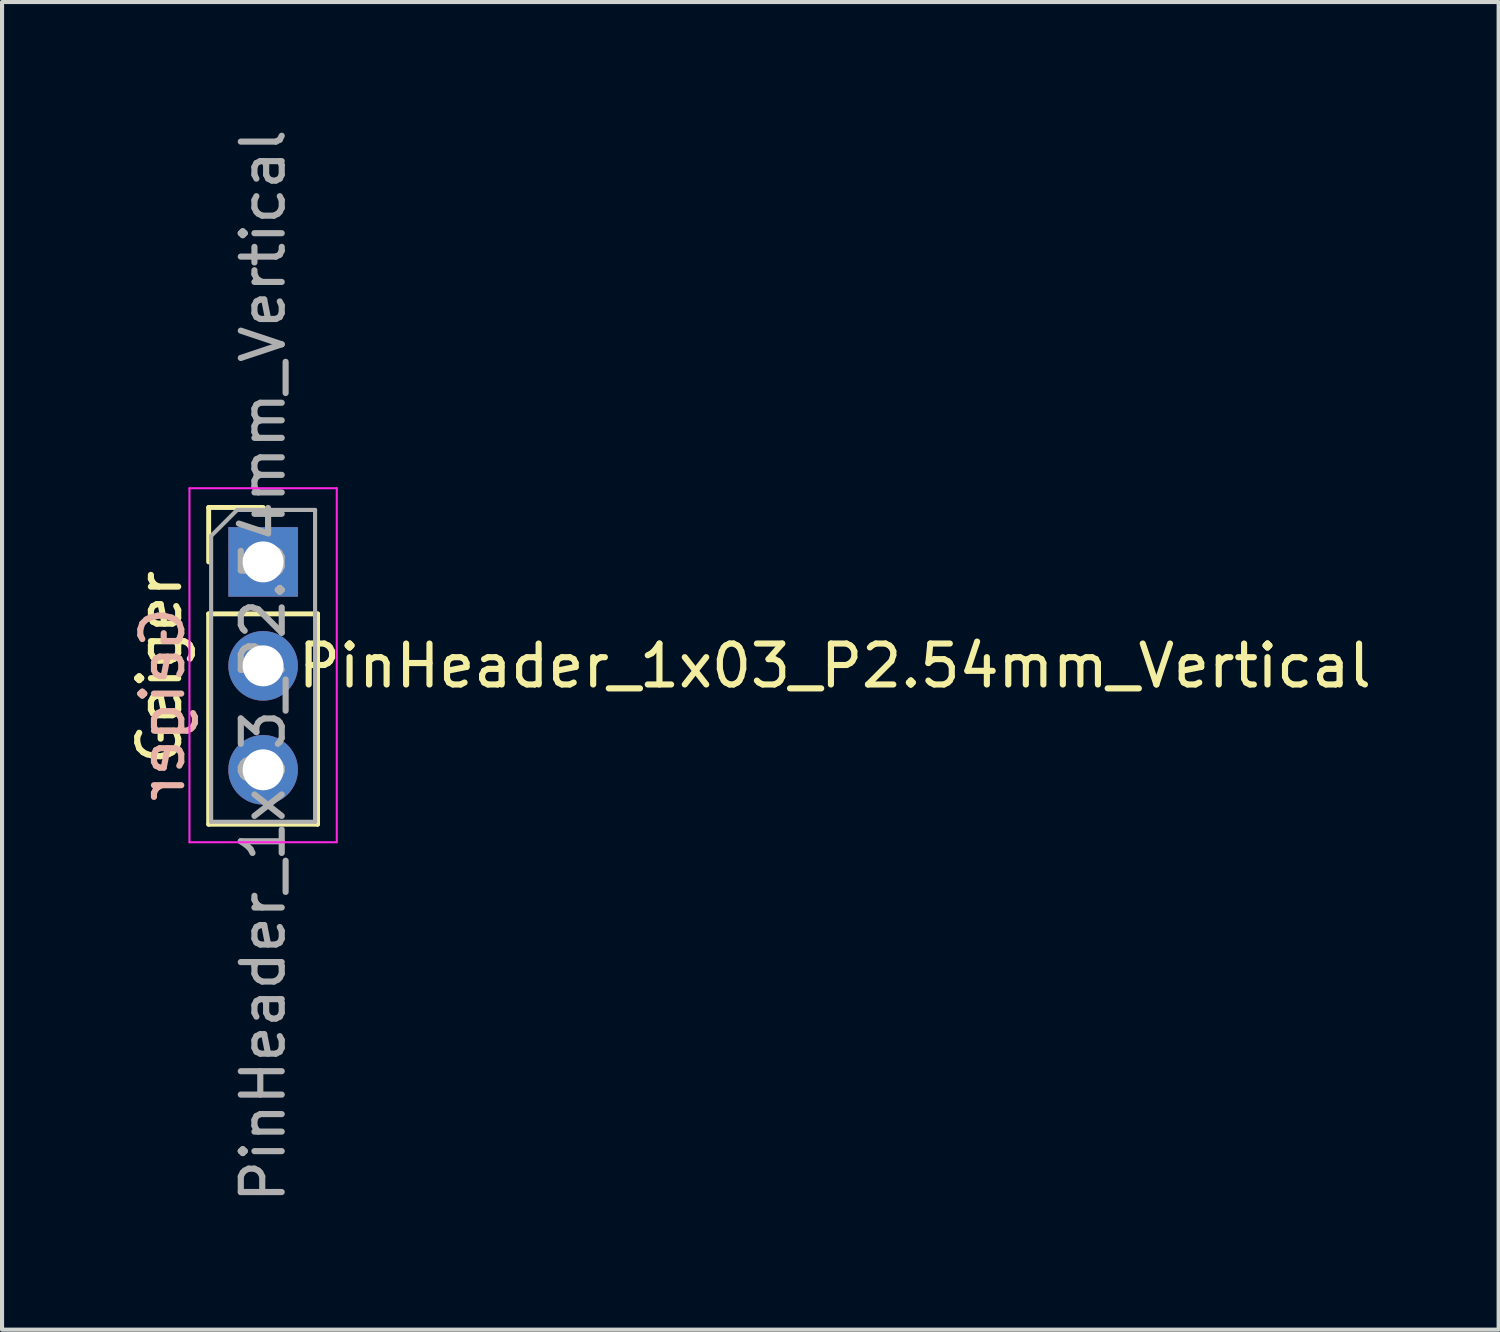
<source format=kicad_pcb>
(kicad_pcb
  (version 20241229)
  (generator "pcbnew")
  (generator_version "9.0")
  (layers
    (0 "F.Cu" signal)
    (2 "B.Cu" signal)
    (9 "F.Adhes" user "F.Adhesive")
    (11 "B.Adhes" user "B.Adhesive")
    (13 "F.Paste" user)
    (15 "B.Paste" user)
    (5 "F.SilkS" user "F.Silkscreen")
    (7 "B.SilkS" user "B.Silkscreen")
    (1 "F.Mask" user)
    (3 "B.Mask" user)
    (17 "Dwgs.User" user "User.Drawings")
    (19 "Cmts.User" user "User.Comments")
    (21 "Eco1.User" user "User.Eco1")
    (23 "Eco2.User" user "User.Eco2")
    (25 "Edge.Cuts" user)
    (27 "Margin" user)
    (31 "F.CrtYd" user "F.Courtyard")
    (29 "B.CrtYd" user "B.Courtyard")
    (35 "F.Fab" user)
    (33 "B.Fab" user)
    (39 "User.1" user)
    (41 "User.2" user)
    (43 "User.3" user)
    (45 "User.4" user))
  (footprint "PinHeader_1x03_P2.54mm_Vertical"
    (layer "F.Cu")
    (at 3.379 10.68)
    (property "Reference" "PinHeader_1x03_P2.54mm_Vertical" (at 13.97 2.54 0) (layer "F.SilkS") (effects (font (size 1 1) (thickness 0.15))))
    (attr through_hole)
    (fp_line (start -1.33 -1.33) (end 0 -1.33) (stroke (width 0.12) (type solid)) (layer "F.SilkS"))
    (fp_line (start -1.33 0) (end -1.33 -1.33) (stroke (width 0.12) (type solid)) (layer "F.SilkS"))
    (fp_line (start -1.33 1.27) (end -1.33 6.41) (stroke (width 0.12) (type solid)) (layer "F.SilkS"))
    (fp_line (start -1.33 1.27) (end 1.33 1.27) (stroke (width 0.12) (type solid)) (layer "F.SilkS"))
    (fp_line (start -1.33 6.41) (end 1.33 6.41) (stroke (width 0.12) (type solid)) (layer "F.SilkS"))
    (fp_line (start 1.33 1.27) (end 1.33 6.41) (stroke (width 0.12) (type solid)) (layer "F.SilkS"))
    (fp_line (start -1.8 -1.8) (end -1.8 6.85) (stroke (width 0.05) (type solid)) (layer "F.CrtYd"))
    (fp_line (start -1.8 6.85) (end 1.8 6.85) (stroke (width 0.05) (type solid)) (layer "F.CrtYd"))
    (fp_line (start 1.8 -1.8) (end -1.8 -1.8) (stroke (width 0.05) (type solid)) (layer "F.CrtYd"))
    (fp_line (start 1.8 6.85) (end 1.8 -1.8) (stroke (width 0.05) (type solid)) (layer "F.CrtYd"))
    (fp_line (start -1.27 -0.635) (end -0.635 -1.27) (stroke (width 0.1) (type solid)) (layer "F.Fab"))
    (fp_line (start -1.27 6.35) (end -1.27 -0.635) (stroke (width 0.1) (type solid)) (layer "F.Fab"))
    (fp_line (start -0.635 -1.27) (end 1.27 -1.27) (stroke (width 0.1) (type solid)) (layer "F.Fab"))
    (fp_line (start 1.27 -1.27) (end 1.27 6.35) (stroke (width 0.1) (type solid)) (layer "F.Fab"))
    (fp_line (start 1.27 6.35) (end -1.27 6.35) (stroke (width 0.1) (type solid)) (layer "F.Fab"))
    (fp_text user "Geiger" (at -2.53 2.58 90) (layer "F.SilkS") (effects (font (size 1 1) (thickness 0.15))))
    (fp_text user "Geiger" (at -2.455 3.48 270) (layer "B.SilkS") (effects (font (size 1 1) (thickness 0.15)) (justify mirror)))
    (fp_text user "${REFERENCE}" (at 0 2.54 90) (layer "F.Fab") (effects (font (size 1 1) (thickness 0.15))))
    (pad "1" thru_hole rect (at 0 0) (size 1.7 1.7) (drill 1) (layers "*.Cu" "*.Mask"))
    (pad "2" thru_hole oval (at 0 2.54) (size 1.7 1.7) (drill 1) (layers "*.Cu" "*.Mask"))
    (pad "3" thru_hole oval (at 0 5.08) (size 1.7 1.7) (drill 1) (layers "*.Cu" "*.Mask")))
  (gr_rect
    (start -3 -3)
    (end 33.569 29.44)
    (stroke (width 0.1) (type default))
    (fill no)
    (layer "Edge.Cuts")))
</source>
